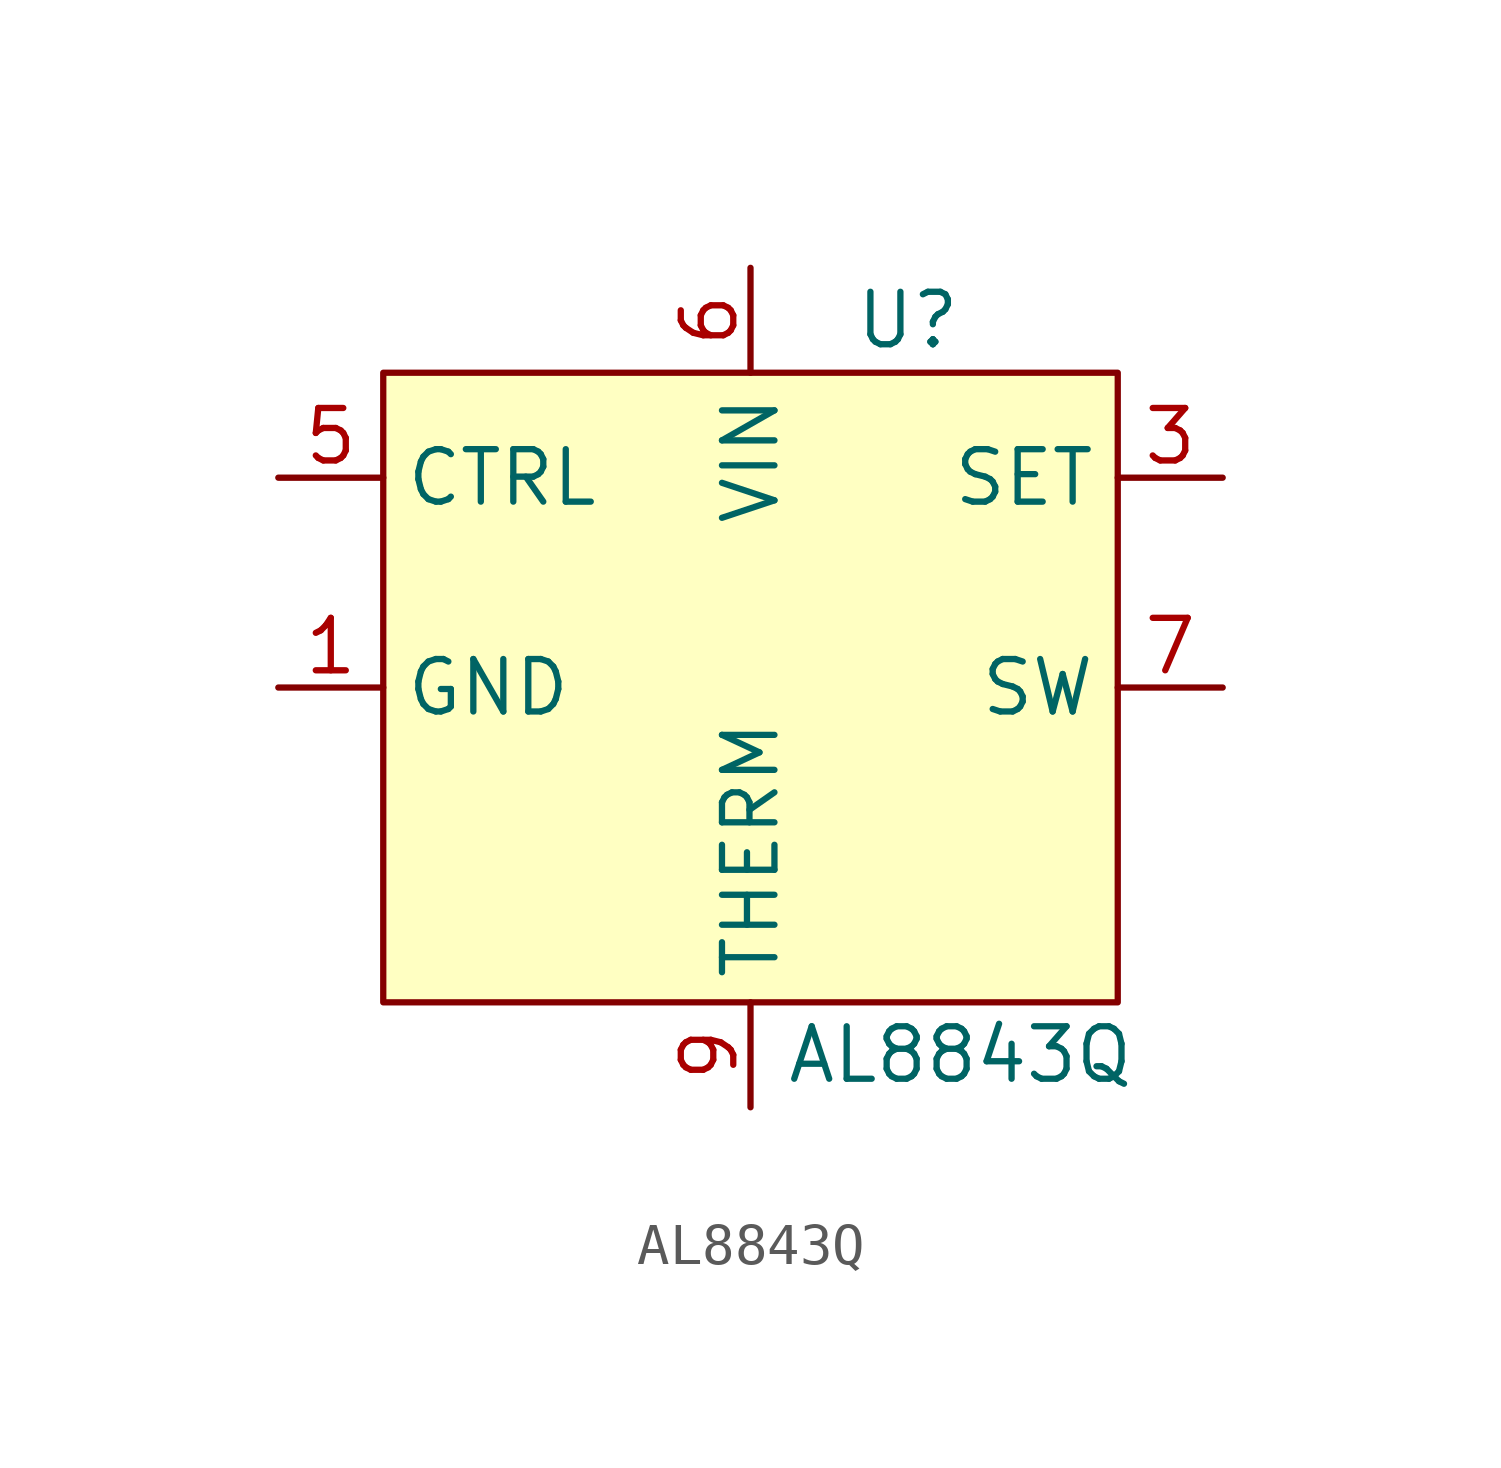
<source format=kicad_sym>
(kicad_symbol_lib
  (version 20200126)
  (host kicad_symbol_editor "5.99.0-unknown-ad88874~101~ubuntu20.04.1")
  (symbol "JBC_DiodesInc:AL8843Q"
    (property "Reference" "U"
      (at 3.81 6.35 0))
    (property "Value" "AL8843Q"
      (at 5.08 -11.43 0))
    (symbol "AL8843Q_0_1"
      (rectangle (start -8.89 5.08) (end 8.89 -10.16) (stroke (width 0.152)) (fill (type background))))
    (symbol "AL8843Q_1_1"
      (pin input line (at -11.43 -2.54 0) (length 2.54) (name "GND") (number "1"))
      (pin input line (at 11.43 2.54 180) (length 2.54) (name "SET") (number "3"))
      (pin input line (at -11.43 2.54 0) (length 2.54) (name "CTRL") (number "5"))
      (pin power_in line (at 0 7.62 270) (length 2.54) (name "VIN") (number "6"))
      (pin input line (at 11.43 -2.54 180) (length 2.54) (name "SW") (number "7"))
      (pin passive line (at 0 -12.7 90) (length 2.54) (name "THERM") (number "9")))))
</source>
